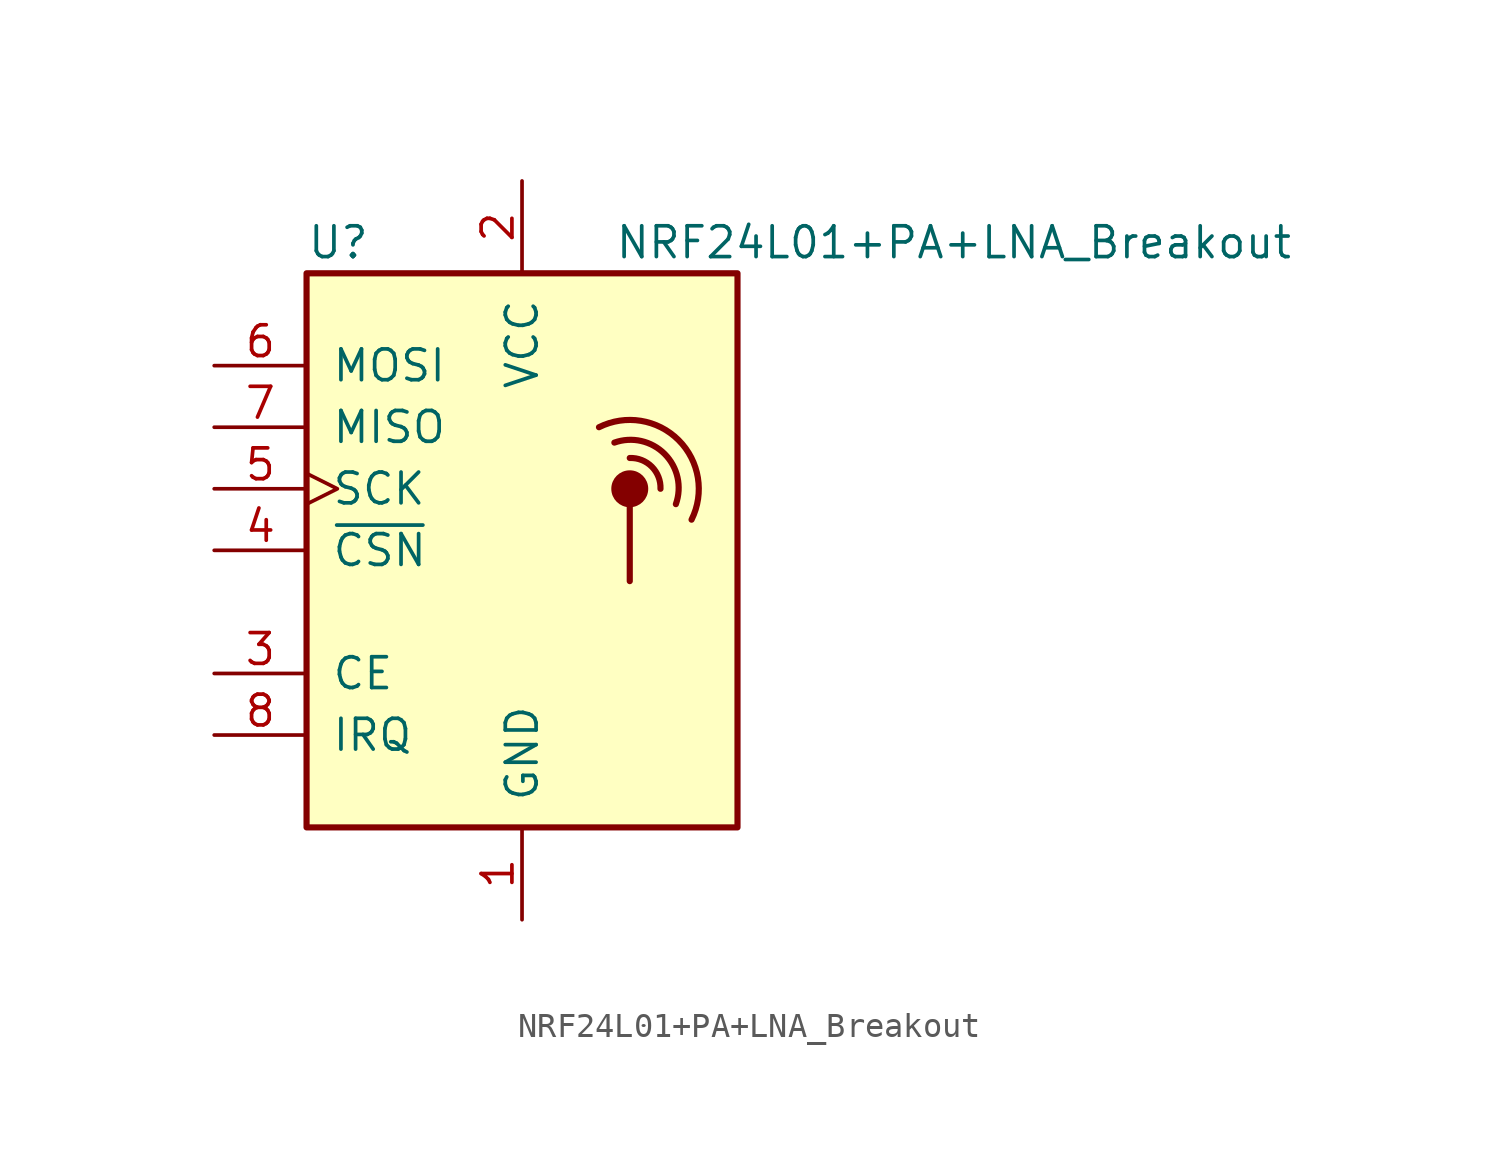
<source format=kicad_sym>
(kicad_symbol_lib
  (version 20211014)
  (generator kicad_symbol_editor)
  (symbol "NRF24L01+PA+LNA_Breakout"
    (pin_names
      (offset 1.016))
    (property "Reference" "U"
      (at -8.89 12.7 0)
      (effects (font (size 1.27 1.27)) (justify left)))
    (property "Value" "NRF24L01+PA+LNA_Breakout"
      (at 3.81 12.7 0)
      (effects (font (size 1.27 1.27)) (justify left)))
    (symbol "NRF24L01+PA+LNA_Breakout_0_1"
      (rectangle (start -8.89 11.43) (end 8.89 -11.43) (stroke (width 0.254) (type default) (color 0 0 0 0)) (fill (type background)))
      (polyline (pts (xy 4.445 1.905) (xy 4.445 -1.27)) (stroke (width 0.254) (type default) (color 0 0 0 0)) (fill (type none)))
      (circle (center 4.445 2.54) (radius 0.635) (stroke (width 0.254) (type default) (color 0 0 0 0)) (fill (type outline)))
      (arc (start 5.715 2.54) (mid 5.3521 3.4546) (end 4.445 3.81) (stroke (width 0.254) (type default) (color 0 0 0 0)) (fill (type none)))
      (arc (start 6.35 1.905) (mid 5.8763 3.9854) (end 3.81 4.445) (stroke (width 0.254) (type default) (color 0 0 0 0)) (fill (type none)))
      (arc (start 6.985 1.27) (mid 6.453 4.548) (end 3.175 5.08) (stroke (width 0.254) (type default) (color 0 0 0 0)) (fill (type none))))
    (symbol "NRF24L01+PA+LNA_Breakout_1_1"
      (pin power_in line (at 0 -15.24 90) (length 3.81) (name "GND" (effects (font (size 1.27 1.27)))) (number "1" (effects (font (size 1.27 1.27)))))
      (pin power_in line (at 0 15.24 270) (length 3.81) (name "VCC" (effects (font (size 1.27 1.27)))) (number "2" (effects (font (size 1.27 1.27)))))
      (pin input line (at -12.7 -5.08 0) (length 3.81) (name "CE" (effects (font (size 1.27 1.27)))) (number "3" (effects (font (size 1.27 1.27)))))
      (pin input line (at -12.7 0 0) (length 3.81) (name "~{CSN}" (effects (font (size 1.27 1.27)))) (number "4" (effects (font (size 1.27 1.27)))))
      (pin input clock (at -12.7 2.54 0) (length 3.81) (name "SCK" (effects (font (size 1.27 1.27)))) (number "5" (effects (font (size 1.27 1.27)))))
      (pin input line (at -12.7 7.62 0) (length 3.81) (name "MOSI" (effects (font (size 1.27 1.27)))) (number "6" (effects (font (size 1.27 1.27)))))
      (pin output line (at -12.7 5.08 0) (length 3.81) (name "MISO" (effects (font (size 1.27 1.27)))) (number "7" (effects (font (size 1.27 1.27)))))
      (pin output line (at -12.7 -7.62 0) (length 3.81) (name "IRQ" (effects (font (size 1.27 1.27)))) (number "8" (effects (font (size 1.27 1.27))))))))
</source>
